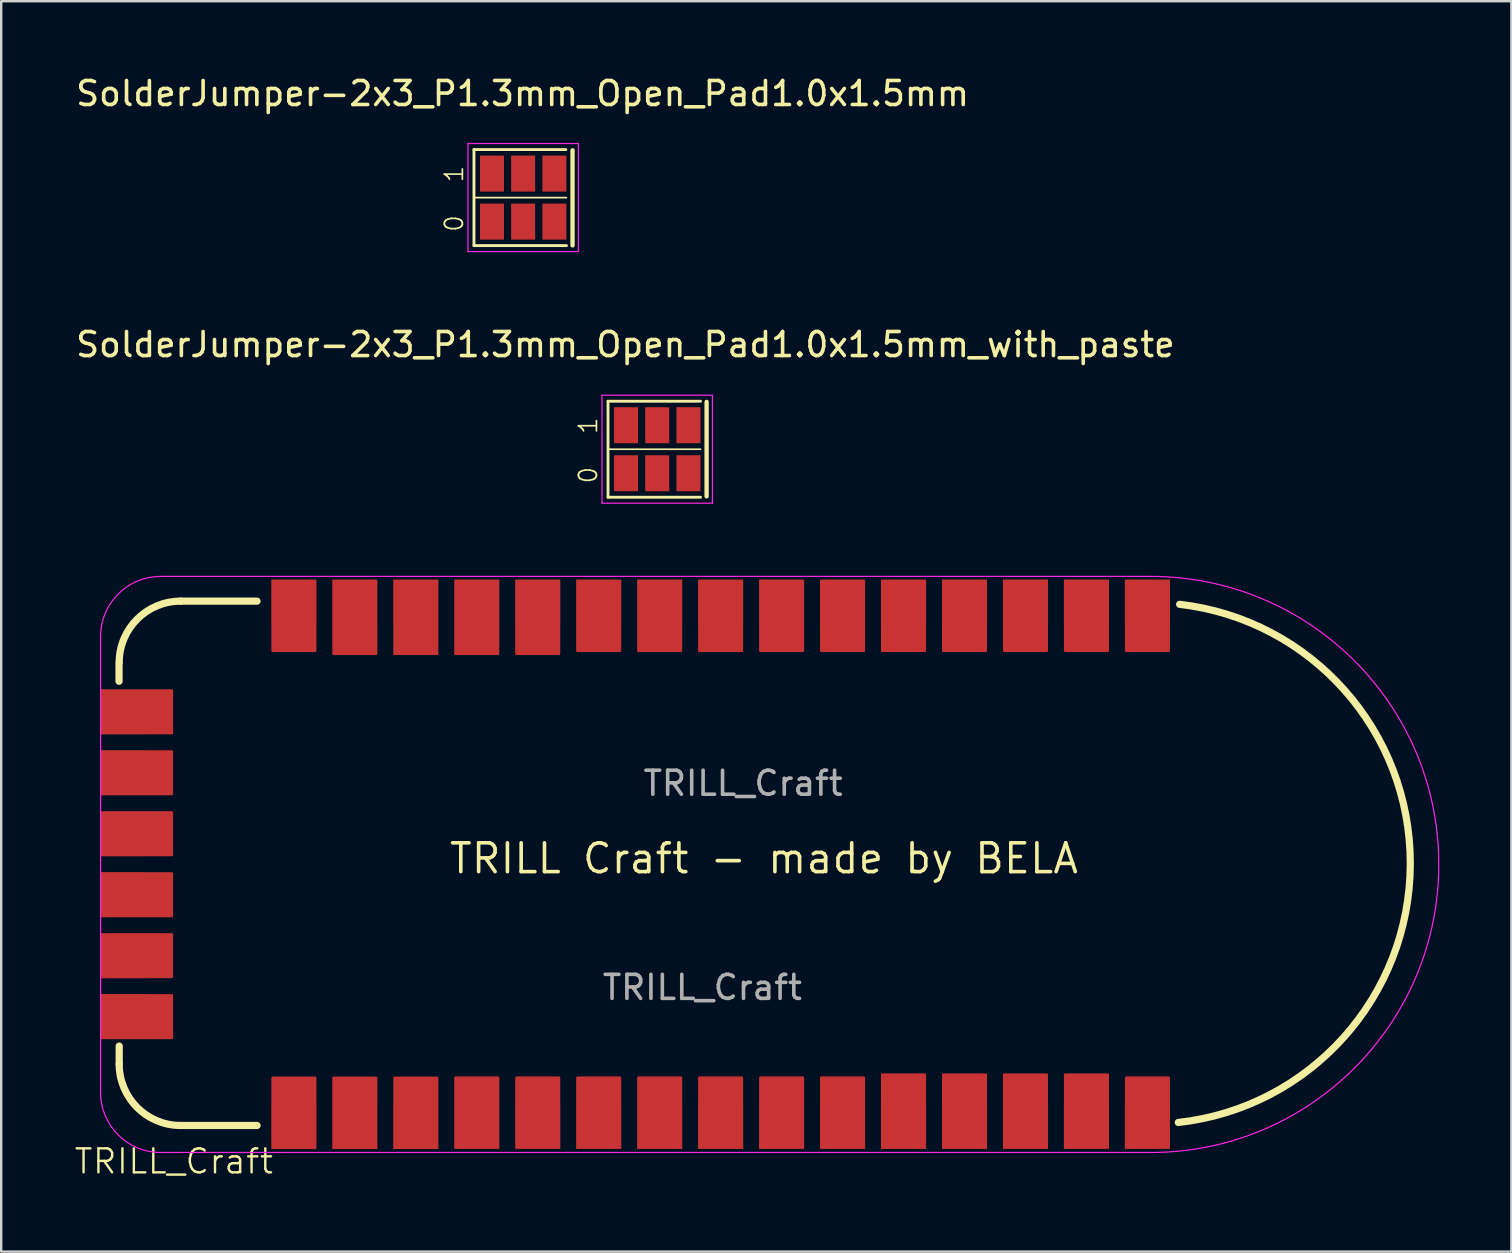
<source format=kicad_pcb>
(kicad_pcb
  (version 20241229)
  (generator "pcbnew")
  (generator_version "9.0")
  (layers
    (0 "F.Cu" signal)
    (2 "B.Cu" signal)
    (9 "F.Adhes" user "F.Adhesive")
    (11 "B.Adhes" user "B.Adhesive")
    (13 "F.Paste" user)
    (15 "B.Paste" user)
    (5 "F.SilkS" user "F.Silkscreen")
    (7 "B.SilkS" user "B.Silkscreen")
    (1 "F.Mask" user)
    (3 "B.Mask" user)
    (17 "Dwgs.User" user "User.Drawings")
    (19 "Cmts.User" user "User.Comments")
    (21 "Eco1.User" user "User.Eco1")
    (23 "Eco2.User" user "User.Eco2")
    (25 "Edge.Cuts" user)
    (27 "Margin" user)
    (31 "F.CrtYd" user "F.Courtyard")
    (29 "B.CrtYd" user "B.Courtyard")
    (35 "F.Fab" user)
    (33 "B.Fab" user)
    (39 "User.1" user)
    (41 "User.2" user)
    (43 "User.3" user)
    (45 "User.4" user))
  (footprint "SolderJumper-2x3_P1.3mm_Open_Pad1.0x1.5mm_with_paste"
    (layer "F.Cu")
    (at 23.031 16.64)
    (property "Reference" "SolderJumper-2x3_P1.3mm_Open_Pad1.0x1.5mm_with_paste" (at -0.025 -5.334 0) (layer "F.SilkS") (effects (font (size 1 1) (thickness 0.15))))
    (attr exclude_from_pos_files exclude_from_bom)
    (fp_line (start -0.75 -2.975) (end 3.103 -2.975) (stroke (width 0.12) (type solid)) (layer "F.SilkS"))
    (fp_line (start -0.75 1.025) (end -0.75 -2.975) (stroke (width 0.12) (type solid)) (layer "F.SilkS"))
    (fp_line (start 3.103 -0.975) (end -0.75 -0.975) (stroke (width 0.07) (type solid)) (layer "F.SilkS"))
    (fp_line (start 3.103 1.025) (end -0.75 1.025) (stroke (width 0.12) (type solid)) (layer "F.SilkS"))
    (fp_line (start 3.357 -2.947) (end 3.357 0.99) (stroke (width 0.18) (type solid)) (layer "F.SilkS"))
    (fp_line (start -1 -3.226) (end -1 1.275) (stroke (width 0.05) (type solid)) (layer "F.CrtYd"))
    (fp_line (start -1 -3.226) (end 3.6 -3.226) (stroke (width 0.05) (type solid)) (layer "F.CrtYd"))
    (fp_line (start 3.6 1.275) (end -1 1.275) (stroke (width 0.05) (type solid)) (layer "F.CrtYd"))
    (fp_line (start 3.6 1.275) (end 3.6 -3.226) (stroke (width 0.05) (type solid)) (layer "F.CrtYd"))
    (fp_text user "1" (at -1.138 -1.55 90) (layer "F.SilkS") (effects (font (size 0.75 0.75) (thickness 0.07)) (justify left bottom)))
    (fp_text user "0" (at -1.138 0.508 90) (layer "F.SilkS") (effects (font (size 0.75 0.75) (thickness 0.07)) (justify left bottom)))
    (pad "1" smd rect (at 0 0.025) (size 1 1.5) (layers "F.Cu" "F.Mask" "F.Paste"))
    (pad "2" smd rect (at 1.3 0.025) (size 1 1.5) (layers "F.Cu" "F.Mask" "F.Paste"))
    (pad "3" smd rect (at 2.6 0.025) (size 1 1.5) (layers "F.Cu" "F.Mask" "F.Paste"))
    (pad "4" smd rect (at 0 -1.975) (size 1 1.5) (layers "F.Cu" "F.Mask" "F.Paste"))
    (pad "5" smd rect (at 1.3 -1.975) (size 1 1.5) (layers "F.Cu" "F.Mask" "F.Paste"))
    (pad "6" smd rect (at 2.6 -1.975) (size 1 1.5) (layers "F.Cu" "F.Mask" "F.Paste")))
  (footprint "SolderJumper-2x3_P1.3mm_Open_Pad1.0x1.5mm"
    (layer "F.Cu")
    (at 18.746 6.182)
    (property "Reference" "SolderJumper-2x3_P1.3mm_Open_Pad1.0x1.5mm" (at -0.025 -5.334 0) (layer "F.SilkS") (effects (font (size 1 1) (thickness 0.15))))
    (attr exclude_from_pos_files exclude_from_bom)
    (fp_line (start -2.05 -3) (end 1.778 -3) (stroke (width 0.12) (type solid)) (layer "F.SilkS"))
    (fp_line (start -2.05 1) (end -2.05 -3) (stroke (width 0.12) (type solid)) (layer "F.SilkS"))
    (fp_line (start 1.803 -1) (end -2.05 -1) (stroke (width 0.07) (type solid)) (layer "F.SilkS"))
    (fp_line (start 1.803 1) (end -2.05 1) (stroke (width 0.12) (type solid)) (layer "F.SilkS"))
    (fp_line (start 2.057 -2.972) (end 2.057 0.993) (stroke (width 0.18) (type solid)) (layer "F.SilkS"))
    (fp_line (start -2.3 -3.251) (end -2.3 1.25) (stroke (width 0.05) (type solid)) (layer "F.CrtYd"))
    (fp_line (start -2.3 -3.251) (end 2.3 -3.251) (stroke (width 0.05) (type solid)) (layer "F.CrtYd"))
    (fp_line (start 2.3 1.25) (end -2.3 1.25) (stroke (width 0.05) (type solid)) (layer "F.CrtYd"))
    (fp_line (start 2.3 1.25) (end 2.3 -3.251) (stroke (width 0.05) (type solid)) (layer "F.CrtYd"))
    (fp_text user "0" (at -2.438 0.483 90) (layer "F.SilkS") (effects (font (size 0.75 0.75) (thickness 0.07)) (justify left bottom)))
    (fp_text user "1" (at -2.438 -1.575 90) (layer "F.SilkS") (effects (font (size 0.75 0.75) (thickness 0.07)) (justify left bottom)))
    (pad "1" smd rect (at -1.3 0) (size 1 1.5) (layers "F.Cu" "F.Mask"))
    (pad "2" smd rect (at 0 0) (size 1 1.5) (layers "F.Cu" "F.Mask"))
    (pad "3" smd rect (at 1.3 0) (size 1 1.5) (layers "F.Cu" "F.Mask"))
    (pad "4" smd rect (at -1.3 -2) (size 1 1.5) (layers "F.Cu" "F.Mask"))
    (pad "5" smd rect (at 0 -2) (size 1 1.5) (layers "F.Cu" "F.Mask"))
    (pad "6" smd rect (at 1.3 -2) (size 1 1.5) (layers "F.Cu" "F.Mask")))
  (footprint "TRILL_Craft"
    (layer "F.Cu")
    (at 27.342 32.917)
    (property "Reference" "TRILL_Craft" (at -23.149 12.416 0) (unlocked yes) (layer "F.SilkS") (effects (font (size 1 1) (thickness 0.1))))
    (attr smd)
    (fp_line (start -25.433 -7.584) (end -25.433 -8.334) (stroke (width 0.3) (type default)) (layer "F.SilkS"))
    (fp_line (start -25.426 8.364) (end -25.426 7.614) (stroke (width 0.3) (type default)) (layer "F.SilkS"))
    (fp_line (start -22.886 10.922) (end -19.683 10.922) (stroke (width 0.3) (type solid)) (layer "F.SilkS"))
    (fp_line (start -19.683 -10.922) (end -22.868 -10.922) (stroke (width 0.3) (type solid)) (layer "F.SilkS"))
    (fp_arc (start -25.426 -8.382) (mid -24.670384 -10.179139) (end -22.867934 -10.922) (stroke (width 0.3) (type solid)) (layer "F.SilkS"))
    (fp_arc (start -22.886 10.922) (mid -24.683139 10.166384) (end -25.426 8.363934) (stroke (width 0.3) (type solid)) (layer "F.SilkS"))
    (fp_arc (start 18.75449 -10.790335) (mid 28.362977 0.028215) (end 18.698419 10.796706) (stroke (width 0.3) (type solid)) (layer "F.SilkS"))
    (fp_line (start -26.201 9.547) (end -26.201 -9.453) (stroke (width 0.05) (type default)) (layer "F.CrtYd"))
    (fp_line (start 17.549 -11.953) (end -23.701 -11.953) (stroke (width 0.05) (type default)) (layer "F.CrtYd"))
    (fp_line (start 17.549 12.047) (end -23.701 12.047) (stroke (width 0.05) (type default)) (layer "F.CrtYd"))
    (fp_arc (start -26.201006 -9.452658) (mid -25.468773 -11.220425) (end -23.701006 -11.952658) (stroke (width 0.05) (type default)) (layer "F.CrtYd"))
    (fp_arc (start -23.701006 12.047342) (mid -25.468773 11.315109) (end -26.201006 9.547342) (stroke (width 0.05) (type default)) (layer "F.CrtYd"))
    (fp_arc (start 17.548994 -11.952658) (mid 29.548994 0.047342) (end 17.548994 12.047342) (stroke (width 0.05) (type default)) (layer "F.CrtYd"))
    (fp_text user "TRILL Craft - made by BELA" (at -11.75 0.5 0) (unlocked yes) (layer "F.SilkS") (effects (font (size 1.2 1.2) (thickness 0.15)) (justify left bottom)))
    (fp_text user "${REFERENCE}" (at 0.567 -3.334 0) (unlocked yes) (layer "F.Fab") (effects (font (size 1 1) (thickness 0.15))))
    (fp_text user "${REFERENCE}" (at -1.131 5.171 0) (unlocked yes) (layer "F.Fab") (effects (font (size 1 1) (thickness 0.15))))
    (pad "0" smd custom (at -18.149 10.965) (size 1.88 1.88) (layers "F.Cu" "F.Mask" "F.Paste") (options (anchor rect)) (primitives (gr_poly (pts (xy 0.889 0) (xy -0.889 0) (xy -0.889 -2.032) (xy 0.889 -2.032)) (width 0.1) (fill yes))))
    (pad "1" smd custom (at -15.609 10.965) (size 1.88 1.88) (layers "F.Cu" "F.Mask" "F.Paste") (options (anchor rect)) (primitives (gr_poly (pts (xy 0.889 0) (xy -0.889 0) (xy -0.889 -2.032) (xy 0.889 -2.032)) (width 0.1) (fill yes))))
    (pad "2" smd custom (at -13.069 10.965) (size 1.88 1.88) (layers "F.Cu" "F.Mask" "F.Paste") (options (anchor rect)) (primitives (gr_poly (pts (xy 0.889 0) (xy -0.889 0) (xy -0.889 -2.032) (xy 0.889 -2.032)) (width 0.1) (fill yes))))
    (pad "3" smd custom (at -10.529 10.96) (size 1.88 1.88) (layers "F.Cu" "F.Mask" "F.Paste") (options (anchor rect)) (primitives (gr_poly (pts (xy 0.889 0) (xy -0.889 0) (xy -0.889 -2.032) (xy 0.889 -2.032)) (width 0.1) (fill yes))))
    (pad "4" smd custom (at -7.989 10.96) (size 1.88 1.88) (layers "F.Cu" "F.Mask" "F.Paste") (options (anchor rect)) (primitives (gr_poly (pts (xy 0.889 0) (xy -0.889 0) (xy -0.889 -2.032) (xy 0.889 -2.032)) (width 0.1) (fill yes))))
    (pad "5" smd custom (at -5.449 10.96) (size 1.88 1.88) (layers "F.Cu" "F.Mask" "F.Paste") (options (anchor rect)) (primitives (gr_poly (pts (xy 0.889 0) (xy -0.889 0) (xy -0.889 -2.032) (xy 0.889 -2.032)) (width 0.1) (fill yes))))
    (pad "6" smd custom (at -2.909 10.96) (size 1.88 1.88) (layers "F.Cu" "F.Mask" "F.Paste") (options (anchor rect)) (primitives (gr_poly (pts (xy 0.889 0) (xy -0.889 0) (xy -0.889 -2.032) (xy 0.889 -2.032)) (width 0.1) (fill yes))))
    (pad "7" smd custom (at -0.369 10.96) (size 1.88 1.88) (layers "F.Cu" "F.Mask" "F.Paste") (options (anchor rect)) (primitives (gr_poly (pts (xy 0.889 0) (xy -0.889 0) (xy -0.889 -2.032) (xy 0.889 -2.032)) (width 0.1) (fill yes))))
    (pad "8" smd custom (at 2.171 10.96) (size 1.88 1.88) (layers "F.Cu" "F.Mask" "F.Paste") (options (anchor rect)) (primitives (gr_poly (pts (xy 0.889 0) (xy -0.889 0) (xy -0.889 -2.032) (xy 0.889 -2.032)) (width 0.1) (fill yes))))
    (pad "9" smd custom (at 4.711 10.96) (size 1.88 1.88) (layers "F.Cu" "F.Mask" "F.Paste") (options (anchor rect)) (primitives (gr_poly (pts (xy 0.889 0) (xy -0.889 0) (xy -0.889 -2.032) (xy 0.889 -2.032)) (width 0.1) (fill yes))))
    (pad "10" smd custom (at 7.251 10.96) (size 1.88 1.88) (layers "F.Cu" "F.Mask" "F.Paste") (options (anchor rect)) (primitives (gr_poly (pts (xy 0.889 -0.127) (xy -0.889 -0.127) (xy -0.889 -2.159) (xy 0.889 -2.159)) (width 0.1) (fill yes))))
    (pad "11" smd custom (at 9.791 10.96) (size 1.88 1.88) (layers "F.Cu" "F.Mask" "F.Paste") (options (anchor rect)) (primitives (gr_poly (pts (xy 0.889 -0.127) (xy -0.889 -0.127) (xy -0.889 -2.159) (xy 0.889 -2.159)) (width 0.1) (fill yes))))
    (pad "12" smd custom (at 12.331 10.96) (size 1.88 1.88) (layers "F.Cu" "F.Mask" "F.Paste") (options (anchor rect)) (primitives (gr_poly (pts (xy 0.889 -0.127) (xy -0.889 -0.127) (xy -0.889 -2.159) (xy 0.889 -2.159)) (width 0.1) (fill yes))))
    (pad "13" smd custom (at 14.871 10.96) (size 1.88 1.88) (layers "F.Cu" "F.Mask" "F.Paste") (options (anchor rect)) (primitives (gr_poly (pts (xy 0.889 -0.127) (xy -0.889 -0.127) (xy -0.889 -2.159) (xy 0.889 -2.159)) (width 0.1) (fill yes))))
    (pad "14" smd custom (at 17.411 10.96) (size 1.88 1.88) (layers "F.Cu" "F.Mask" "F.Paste") (options (anchor rect)) (primitives (gr_poly (pts (xy 0.889 0) (xy -0.889 0) (xy -0.889 -2.032) (xy 0.889 -2.032)) (width 0.1) (fill yes))))
    (pad "15" smd custom (at 17.411 -10.884 180) (size 1.88 1.88) (layers "F.Cu" "F.Mask" "F.Paste") (options (anchor rect)) (primitives (gr_poly (pts (xy 0.889 0) (xy -0.889 0) (xy -0.889 -2.032) (xy 0.889 -2.032)) (width 0.1) (fill yes))))
    (pad "16" smd custom (at 14.871 -10.884 180) (size 1.88 1.88) (layers "F.Cu" "F.Mask" "F.Paste") (options (anchor rect)) (primitives (gr_poly (pts (xy 0.889 0) (xy -0.889 0) (xy -0.889 -2.032) (xy 0.889 -2.032)) (width 0.1) (fill yes))))
    (pad "17" smd custom (at 12.331 -10.884 180) (size 1.88 1.88) (layers "F.Cu" "F.Mask" "F.Paste") (options (anchor rect)) (primitives (gr_poly (pts (xy 0.889 0) (xy -0.889 0) (xy -0.889 -2.032) (xy 0.889 -2.032)) (width 0.1) (fill yes))))
    (pad "18" smd custom (at 9.791 -10.884 180) (size 1.88 1.88) (layers "F.Cu" "F.Mask" "F.Paste") (options (anchor rect)) (primitives (gr_poly (pts (xy 0.889 0) (xy -0.889 0) (xy -0.889 -2.032) (xy 0.889 -2.032)) (width 0.1) (fill yes))))
    (pad "19" smd custom (at 7.251 -10.884 180) (size 1.88 1.88) (layers "F.Cu" "F.Mask" "F.Paste") (options (anchor rect)) (primitives (gr_poly (pts (xy 0.889 0) (xy -0.889 0) (xy -0.889 -2.032) (xy 0.889 -2.032)) (width 0.1) (fill yes))))
    (pad "20" smd custom (at 4.711 -10.884 180) (size 1.88 1.88) (layers "F.Cu" "F.Mask" "F.Paste") (options (anchor rect)) (primitives (gr_poly (pts (xy 0.889 0) (xy -0.889 0) (xy -0.889 -2.032) (xy 0.889 -2.032)) (width 0.1) (fill yes))))
    (pad "21" smd custom (at 2.171 -10.884 180) (size 1.88 1.88) (layers "F.Cu" "F.Mask" "F.Paste") (options (anchor rect)) (primitives (gr_poly (pts (xy 0.889 0) (xy -0.889 0) (xy -0.889 -2.032) (xy 0.889 -2.032)) (width 0.1) (fill yes))))
    (pad "22" smd custom (at -0.369 -10.884 180) (size 1.88 1.88) (layers "F.Cu" "F.Mask" "F.Paste") (options (anchor rect)) (primitives (gr_poly (pts (xy 0.889 0) (xy -0.889 0) (xy -0.889 -2.032) (xy 0.889 -2.032)) (width 0.1) (fill yes))))
    (pad "23" smd custom (at -2.909 -10.884 180) (size 1.88 1.88) (layers "F.Cu" "F.Mask" "F.Paste") (options (anchor rect)) (primitives (gr_poly (pts (xy 0.889 0) (xy -0.889 0) (xy -0.889 -2.032) (xy 0.889 -2.032)) (width 0.1) (fill yes))))
    (pad "24" smd custom (at -5.449 -10.884 180) (size 1.88 1.88) (layers "F.Cu" "F.Mask" "F.Paste") (options (anchor rect)) (primitives (gr_poly (pts (xy 0.889 0) (xy -0.889 0) (xy -0.889 -2.032) (xy 0.889 -2.032)) (width 0.1) (fill yes))))
    (pad "25" smd custom (at -7.989 -10.884 180) (size 1.88 1.88) (layers "F.Cu" "F.Mask" "F.Paste") (options (anchor rect)) (primitives (gr_poly (pts (xy 0.889 -0.127) (xy -0.889 -0.127) (xy -0.889 -2.159) (xy 0.889 -2.159)) (width 0.1) (fill yes))))
    (pad "26" smd custom (at -10.529 -10.884 180) (size 1.88 1.88) (layers "F.Cu" "F.Mask" "F.Paste") (options (anchor rect)) (primitives (gr_poly (pts (xy 0.889 -0.127) (xy -0.889 -0.127) (xy -0.889 -2.159) (xy 0.889 -2.159)) (width 0.1) (fill yes))))
    (pad "27" smd custom (at -13.069 -10.884 180) (size 1.88 1.88) (layers "F.Cu" "F.Mask" "F.Paste") (options (anchor rect)) (primitives (gr_poly (pts (xy 0.889 -0.127) (xy -0.889 -0.127) (xy -0.889 -2.159) (xy 0.889 -2.159)) (width 0.1) (fill yes))))
    (pad "28" smd custom (at -15.609 -10.884 180) (size 1.88 1.88) (layers "F.Cu" "F.Mask" "F.Paste") (options (anchor rect)) (primitives (gr_poly (pts (xy 0.889 -0.127) (xy -0.889 -0.127) (xy -0.889 -2.159) (xy 0.889 -2.159)) (width 0.1) (fill yes))))
    (pad "29" smd custom (at -18.149 -10.884 180) (size 1.88 1.88) (layers "F.Cu" "F.Mask" "F.Paste") (options (anchor rect)) (primitives (gr_poly (pts (xy 0.889 0) (xy -0.889 0) (xy -0.889 -2.032) (xy 0.889 -2.032)) (width 0.1) (fill yes))))
    (pad "EVT" smd custom (at -25.261 -3.772 270) (size 1.88 1.88) (layers "F.Cu" "F.Mask" "F.Paste") (options (anchor rect)) (primitives (gr_poly (pts (xy 0.889 0) (xy -0.889 0) (xy -0.889 -2.032) (xy 0.889 -2.032)) (width 0.1) (fill yes))))
    (pad "GND" smd custom (at -25.261 -1.232 270) (size 1.88 1.88) (layers "F.Cu" "F.Mask" "F.Paste") (options (anchor rect)) (primitives (gr_poly (pts (xy 0.889 0) (xy -0.889 0) (xy -0.889 -2.032) (xy 0.889 -2.032)) (width 0.1) (fill yes))))
    (pad "RST" smd custom (at -25.261 -6.312 270) (size 1.88 1.88) (layers "F.Cu" "F.Mask" "F.Paste") (options (anchor rect)) (primitives (gr_poly (pts (xy 0.889 0) (xy -0.889 0) (xy -0.889 -2.032) (xy 0.889 -2.032)) (width 0.1) (fill yes))))
    (pad "SCL" smd custom (at -25.261 6.388 270) (size 1.88 1.88) (layers "F.Cu" "F.Mask" "F.Paste") (options (anchor rect)) (primitives (gr_poly (pts (xy 0.889 0) (xy -0.889 0) (xy -0.889 -2.032) (xy 0.889 -2.032)) (width 0.1) (fill yes))))
    (pad "SDA" smd custom (at -25.261 3.848 270) (size 1.88 1.88) (layers "F.Cu" "F.Mask" "F.Paste") (options (anchor rect)) (primitives (gr_poly (pts (xy 0.889 0) (xy -0.889 0) (xy -0.889 -2.032) (xy 0.889 -2.032)) (width 0.1) (fill yes))))
    (pad "VCC" smd custom (at -25.261 1.308 270) (size 1.88 1.88) (layers "F.Cu" "F.Mask" "F.Paste") (options (anchor rect)) (primitives (gr_poly (pts (xy 0.889 0) (xy -0.889 0) (xy -0.889 -2.032) (xy 0.889 -2.032)) (width 0.1) (fill yes)))))
  (gr_rect
    (start -3 -3)
    (end 59.916 49.094)
    (stroke (width 0.1) (type default))
    (fill no)
    (layer "Edge.Cuts")))
</source>
